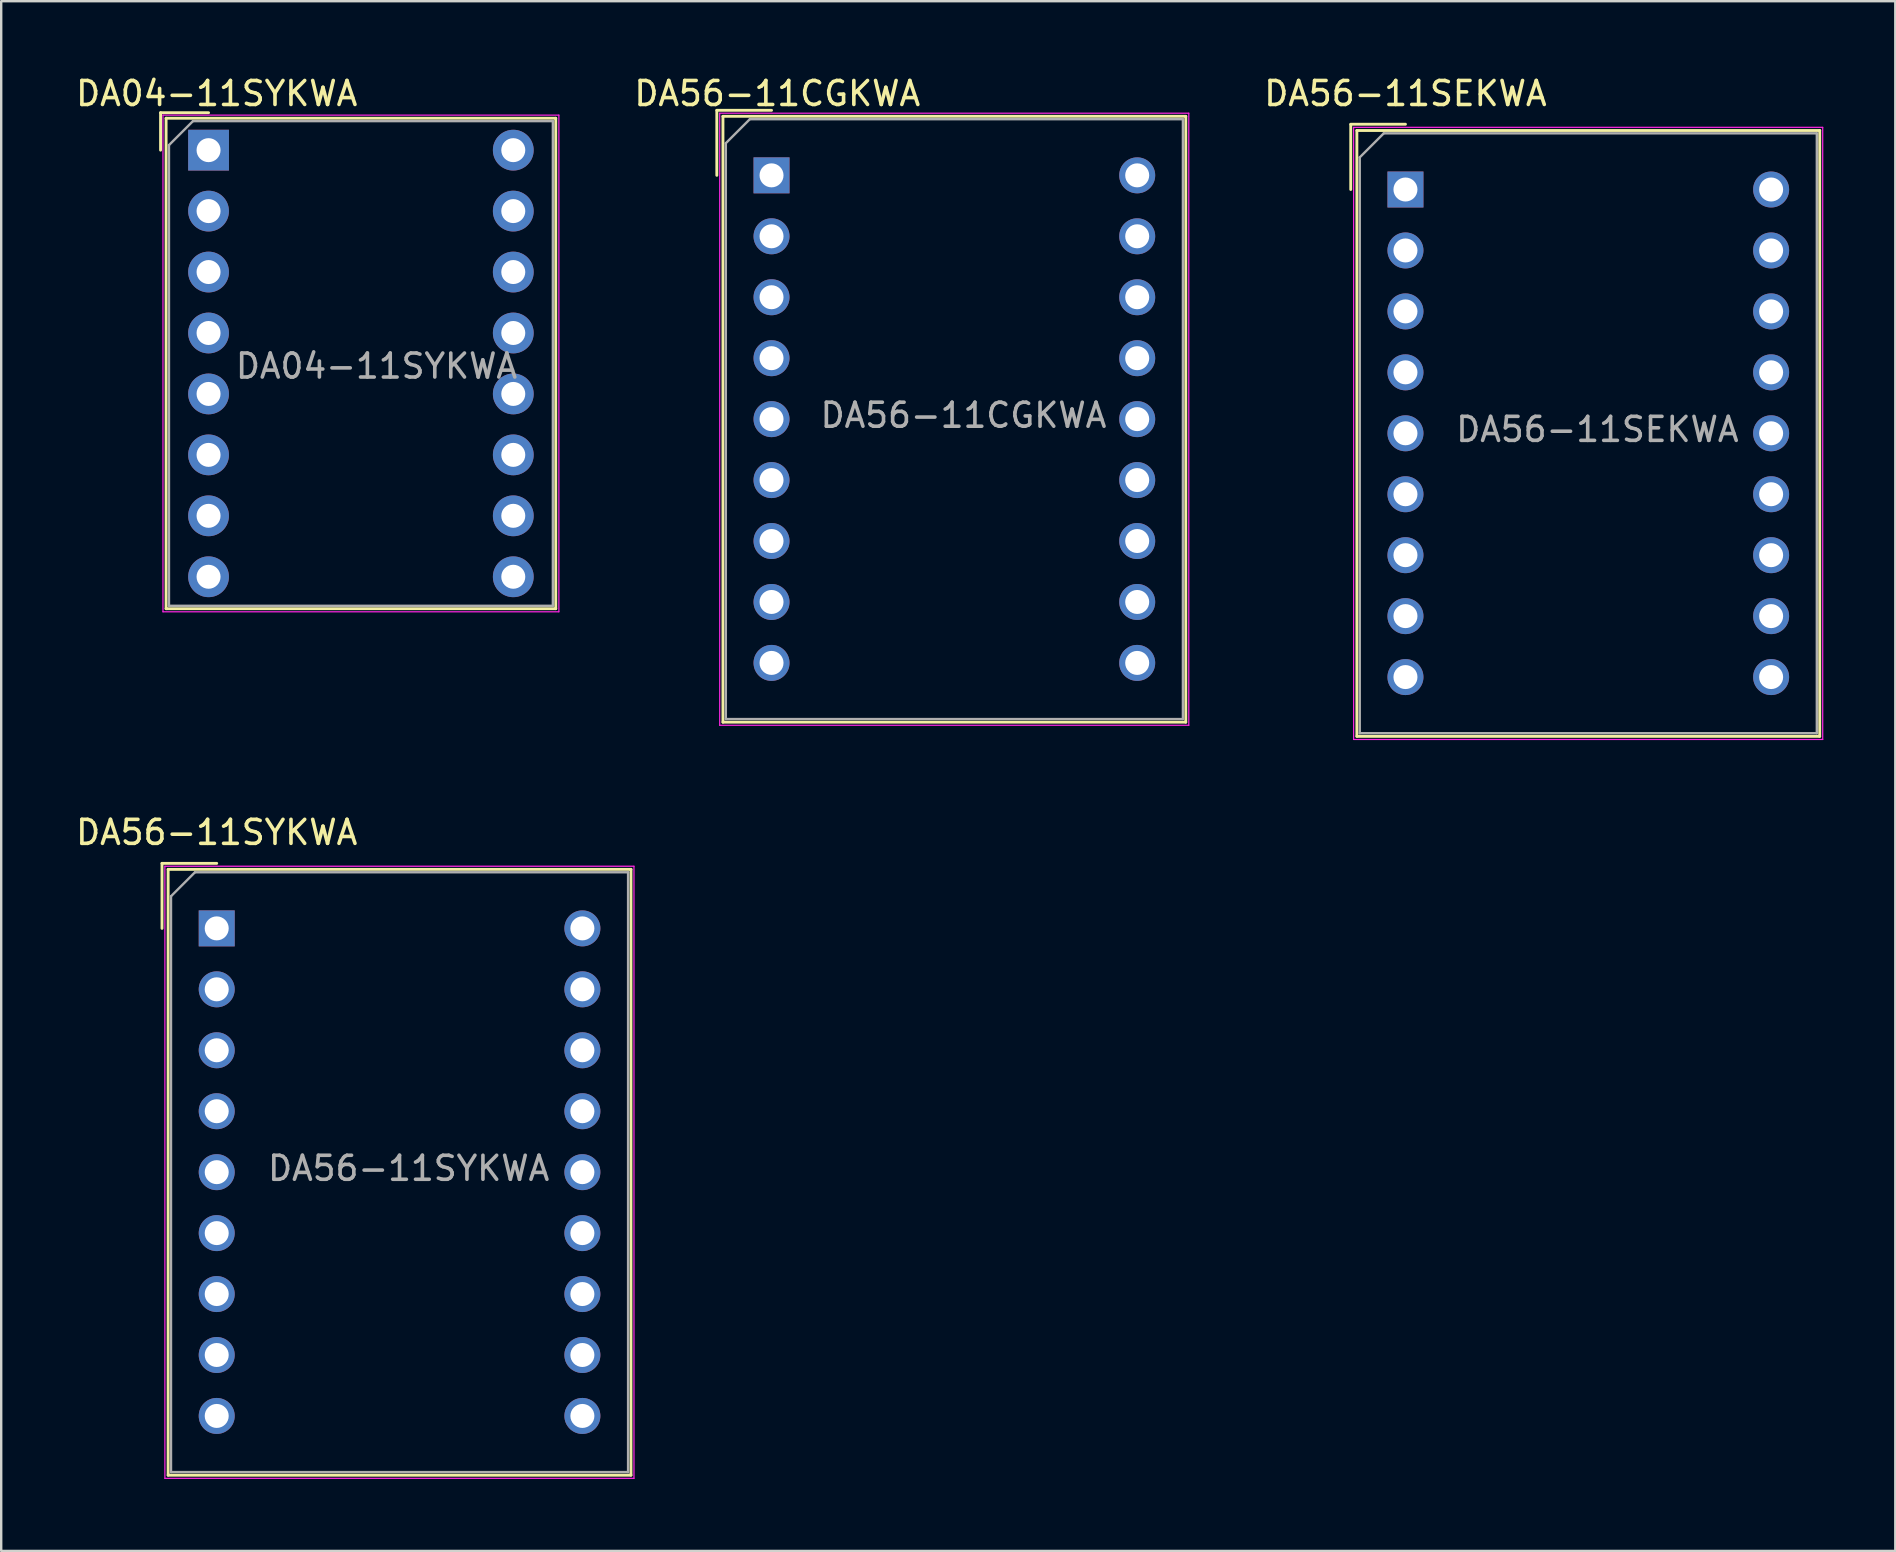
<source format=kicad_pcb>
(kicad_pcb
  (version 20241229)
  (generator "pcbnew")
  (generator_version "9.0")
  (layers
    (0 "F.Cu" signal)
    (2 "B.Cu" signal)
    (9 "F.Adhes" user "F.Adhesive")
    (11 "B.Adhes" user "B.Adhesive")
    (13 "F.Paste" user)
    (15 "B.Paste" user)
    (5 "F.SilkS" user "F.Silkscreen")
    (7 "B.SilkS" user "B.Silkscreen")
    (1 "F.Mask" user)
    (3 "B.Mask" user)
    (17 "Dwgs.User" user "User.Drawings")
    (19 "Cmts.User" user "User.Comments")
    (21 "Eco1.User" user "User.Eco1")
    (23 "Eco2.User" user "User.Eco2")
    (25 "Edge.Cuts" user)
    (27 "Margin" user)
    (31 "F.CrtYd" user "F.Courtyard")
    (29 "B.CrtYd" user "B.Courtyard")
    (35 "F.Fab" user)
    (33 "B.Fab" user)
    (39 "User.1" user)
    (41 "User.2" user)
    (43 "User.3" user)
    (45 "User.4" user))
  (footprint "DA04-11SYKWA"
    (layer "F.Cu")
    (at 5.642 3.208)
    (property "Reference" "DA04-11SYKWA" (at 0.34 -2.36 0) (layer "F.SilkS") (effects (font (size 1 1) (thickness 0.15))))
    (attr through_hole)
    (fp_line (start -2 -1.56) (end -2 0) (stroke (width 0.12) (type solid)) (layer "F.SilkS"))
    (fp_line (start -2 -1.56) (end 0 -1.56) (stroke (width 0.12) (type solid)) (layer "F.SilkS"))
    (fp_line (start -1.77 -1.33) (end 14.47 -1.33) (stroke (width 0.12) (type solid)) (layer "F.SilkS"))
    (fp_line (start -1.77 19.11) (end -1.77 -1.33) (stroke (width 0.12) (type solid)) (layer "F.SilkS"))
    (fp_line (start 14.47 -1.33) (end 14.47 19.11) (stroke (width 0.12) (type solid)) (layer "F.SilkS"))
    (fp_line (start 14.47 19.11) (end -1.77 19.11) (stroke (width 0.12) (type solid)) (layer "F.SilkS"))
    (fp_line (start -1.9 -1.46) (end 14.6 -1.46) (stroke (width 0.05) (type solid)) (layer "F.CrtYd"))
    (fp_line (start -1.9 19.24) (end -1.9 -1.46) (stroke (width 0.05) (type solid)) (layer "F.CrtYd"))
    (fp_line (start 14.6 -1.46) (end 14.6 19.24) (stroke (width 0.05) (type solid)) (layer "F.CrtYd"))
    (fp_line (start 14.6 19.24) (end -1.9 19.24) (stroke (width 0.05) (type solid)) (layer "F.CrtYd"))
    (fp_line (start -1.65 -0.21) (end -0.65 -1.21) (stroke (width 0.1) (type solid)) (layer "F.Fab"))
    (fp_line (start -1.65 18.99) (end -1.65 -0.21) (stroke (width 0.1) (type solid)) (layer "F.Fab"))
    (fp_line (start -0.65 -1.21) (end 14.35 -1.21) (stroke (width 0.1) (type solid)) (layer "F.Fab"))
    (fp_line (start 14.35 -1.21) (end 14.35 18.99) (stroke (width 0.1) (type solid)) (layer "F.Fab"))
    (fp_line (start 14.35 18.99) (end -1.65 18.99) (stroke (width 0.1) (type solid)) (layer "F.Fab"))
    (fp_text user "${REFERENCE}" (at 7 9 0) (layer "F.Fab") (effects (font (size 1 1) (thickness 0.15))))
    (pad "1" thru_hole rect (at 0 0) (size 1.7 1.7) (drill 1) (layers "*.Cu" "*.Mask"))
    (pad "2" thru_hole circle (at 0 2.54) (size 1.7 1.7) (drill 1) (layers "*.Cu" "*.Mask"))
    (pad "3" thru_hole circle (at 0 5.08) (size 1.7 1.7) (drill 1) (layers "*.Cu" "*.Mask"))
    (pad "4" thru_hole circle (at 0 7.62) (size 1.7 1.7) (drill 1) (layers "*.Cu" "*.Mask"))
    (pad "5" thru_hole circle (at 0 10.16) (size 1.7 1.7) (drill 1) (layers "*.Cu" "*.Mask"))
    (pad "6" thru_hole circle (at 0 12.7) (size 1.7 1.7) (drill 1) (layers "*.Cu" "*.Mask"))
    (pad "7" thru_hole circle (at 0 15.24) (size 1.7 1.7) (drill 1) (layers "*.Cu" "*.Mask"))
    (pad "8" thru_hole circle (at 0 17.78) (size 1.7 1.7) (drill 1) (layers "*.Cu" "*.Mask"))
    (pad "9" thru_hole circle (at 12.7 17.78) (size 1.7 1.7) (drill 1) (layers "*.Cu" "*.Mask"))
    (pad "10" thru_hole circle (at 12.7 15.24) (size 1.7 1.7) (drill 1) (layers "*.Cu" "*.Mask"))
    (pad "11" thru_hole circle (at 12.7 12.7) (size 1.7 1.7) (drill 1) (layers "*.Cu" "*.Mask"))
    (pad "12" thru_hole circle (at 12.7 10.16) (size 1.7 1.7) (drill 1) (layers "*.Cu" "*.Mask"))
    (pad "13" thru_hole circle (at 12.7 7.62) (size 1.7 1.7) (drill 1) (layers "*.Cu" "*.Mask"))
    (pad "14" thru_hole circle (at 12.7 5.08) (size 1.7 1.7) (drill 1) (layers "*.Cu" "*.Mask"))
    (pad "15" thru_hole circle (at 12.7 2.54) (size 1.7 1.7) (drill 1) (layers "*.Cu" "*.Mask"))
    (pad "16" thru_hole circle (at 12.7 0) (size 1.7 1.7) (drill 1) (layers "*.Cu" "*.Mask")))
  (footprint "DA56-11SEKWA"
    (layer "F.Cu")
    (at 55.525 4.848)
    (property "Reference" "DA56-11SEKWA" (at 0 -4 0) (layer "F.SilkS") (effects (font (size 1 1) (thickness 0.15))))
    (attr through_hole)
    (fp_line (start -2.28 -2.72) (end 0 -2.72) (stroke (width 0.12) (type solid)) (layer "F.SilkS"))
    (fp_line (start -2.28 -2.71) (end -2.28 0) (stroke (width 0.12) (type solid)) (layer "F.SilkS"))
    (fp_line (start -2.025 -2.46) (end 17.265 -2.46) (stroke (width 0.12) (type solid)) (layer "F.SilkS"))
    (fp_line (start -2.025 22.79) (end -2.025 -2.46) (stroke (width 0.12) (type solid)) (layer "F.SilkS"))
    (fp_line (start 17.265 -2.46) (end 17.265 22.79) (stroke (width 0.12) (type solid)) (layer "F.SilkS"))
    (fp_line (start 17.265 22.79) (end -2.025 22.79) (stroke (width 0.12) (type solid)) (layer "F.SilkS"))
    (fp_line (start -2.16 -2.59) (end 17.39 -2.59) (stroke (width 0.05) (type solid)) (layer "F.CrtYd"))
    (fp_line (start -2.16 22.92) (end -2.16 -2.59) (stroke (width 0.05) (type solid)) (layer "F.CrtYd"))
    (fp_line (start 17.39 -2.59) (end 17.39 22.92) (stroke (width 0.05) (type solid)) (layer "F.CrtYd"))
    (fp_line (start 17.39 22.92) (end -2.16 22.92) (stroke (width 0.05) (type solid)) (layer "F.CrtYd"))
    (fp_line (start -1.905 -1.34) (end -0.905 -2.34) (stroke (width 0.1) (type solid)) (layer "F.Fab"))
    (fp_line (start -1.905 22.66) (end -1.905 -1.34) (stroke (width 0.1) (type solid)) (layer "F.Fab"))
    (fp_line (start -0.905 -2.34) (end 17.145 -2.34) (stroke (width 0.1) (type solid)) (layer "F.Fab"))
    (fp_line (start 17.145 -2.34) (end 17.145 22.66) (stroke (width 0.1) (type solid)) (layer "F.Fab"))
    (fp_line (start 17.145 22.66) (end -1.905 22.66) (stroke (width 0.1) (type solid)) (layer "F.Fab"))
    (fp_text user "${REFERENCE}" (at 8 10 0) (layer "F.Fab") (effects (font (size 1 1) (thickness 0.15))))
    (pad "1" thru_hole rect (at 0 0) (size 1.5 1.5) (drill 1) (layers "*.Cu" "*.Mask"))
    (pad "2" thru_hole circle (at 0 2.54) (size 1.5 1.5) (drill 1) (layers "*.Cu" "*.Mask"))
    (pad "3" thru_hole circle (at 0 5.08) (size 1.5 1.5) (drill 1) (layers "*.Cu" "*.Mask"))
    (pad "4" thru_hole circle (at 0 7.62) (size 1.5 1.5) (drill 1) (layers "*.Cu" "*.Mask"))
    (pad "5" thru_hole circle (at 0 10.16) (size 1.5 1.5) (drill 1) (layers "*.Cu" "*.Mask"))
    (pad "6" thru_hole circle (at 0 12.7) (size 1.5 1.5) (drill 1) (layers "*.Cu" "*.Mask"))
    (pad "7" thru_hole circle (at 0 15.24) (size 1.5 1.5) (drill 1) (layers "*.Cu" "*.Mask"))
    (pad "8" thru_hole circle (at 0 17.78) (size 1.5 1.5) (drill 1) (layers "*.Cu" "*.Mask"))
    (pad "9" thru_hole circle (at 0 20.32) (size 1.5 1.5) (drill 1) (layers "*.Cu" "*.Mask"))
    (pad "10" thru_hole circle (at 15.24 20.32) (size 1.5 1.5) (drill 1) (layers "*.Cu" "*.Mask"))
    (pad "11" thru_hole circle (at 15.24 17.78) (size 1.5 1.5) (drill 1) (layers "*.Cu" "*.Mask"))
    (pad "12" thru_hole circle (at 15.24 15.24) (size 1.5 1.5) (drill 1) (layers "*.Cu" "*.Mask"))
    (pad "13" thru_hole circle (at 15.24 12.7) (size 1.5 1.5) (drill 1) (layers "*.Cu" "*.Mask"))
    (pad "14" thru_hole circle (at 15.24 10.16) (size 1.5 1.5) (drill 1) (layers "*.Cu" "*.Mask"))
    (pad "15" thru_hole circle (at 15.24 7.62) (size 1.5 1.5) (drill 1) (layers "*.Cu" "*.Mask"))
    (pad "16" thru_hole circle (at 15.24 5.08) (size 1.5 1.5) (drill 1) (layers "*.Cu" "*.Mask"))
    (pad "17" thru_hole circle (at 15.24 2.54) (size 1.5 1.5) (drill 1) (layers "*.Cu" "*.Mask"))
    (pad "18" thru_hole circle (at 15.24 0) (size 1.5 1.5) (drill 1) (layers "*.Cu" "*.Mask")))
  (footprint "DA56-11SYKWA"
    (layer "F.Cu")
    (at 5.982 35.642)
    (property "Reference" "DA56-11SYKWA" (at 0 -4 0) (layer "F.SilkS") (effects (font (size 1 1) (thickness 0.15))))
    (attr through_hole)
    (fp_line (start -2.28 -2.71) (end -2.28 0) (stroke (width 0.12) (type solid)) (layer "F.SilkS"))
    (fp_line (start -2.28 -2.71) (end 0 -2.71) (stroke (width 0.12) (type solid)) (layer "F.SilkS"))
    (fp_line (start -2.025 -2.46) (end 17.265 -2.46) (stroke (width 0.12) (type solid)) (layer "F.SilkS"))
    (fp_line (start -2.025 22.79) (end -2.025 -2.46) (stroke (width 0.12) (type solid)) (layer "F.SilkS"))
    (fp_line (start 17.265 -2.46) (end 17.265 22.79) (stroke (width 0.12) (type solid)) (layer "F.SilkS"))
    (fp_line (start 17.265 22.79) (end -2.025 22.79) (stroke (width 0.12) (type solid)) (layer "F.SilkS"))
    (fp_line (start -2.16 -2.59) (end 17.39 -2.59) (stroke (width 0.05) (type solid)) (layer "F.CrtYd"))
    (fp_line (start -2.16 22.92) (end -2.16 -2.59) (stroke (width 0.05) (type solid)) (layer "F.CrtYd"))
    (fp_line (start 17.39 -2.59) (end 17.39 22.92) (stroke (width 0.05) (type solid)) (layer "F.CrtYd"))
    (fp_line (start 17.39 22.92) (end -2.16 22.92) (stroke (width 0.05) (type solid)) (layer "F.CrtYd"))
    (fp_line (start -1.905 -1.34) (end -0.905 -2.34) (stroke (width 0.1) (type solid)) (layer "F.Fab"))
    (fp_line (start -1.905 22.66) (end -1.905 -1.34) (stroke (width 0.1) (type solid)) (layer "F.Fab"))
    (fp_line (start -0.905 -2.34) (end 17.145 -2.34) (stroke (width 0.1) (type solid)) (layer "F.Fab"))
    (fp_line (start 17.145 -2.34) (end 17.145 22.66) (stroke (width 0.1) (type solid)) (layer "F.Fab"))
    (fp_line (start 17.145 22.66) (end -1.905 22.66) (stroke (width 0.1) (type solid)) (layer "F.Fab"))
    (fp_text user "${REFERENCE}" (at 8 10 0) (layer "F.Fab") (effects (font (size 1 1) (thickness 0.15))))
    (pad "1" thru_hole rect (at 0 0) (size 1.5 1.5) (drill 1) (layers "*.Cu" "*.Mask"))
    (pad "2" thru_hole circle (at 0 2.54) (size 1.5 1.5) (drill 1) (layers "*.Cu" "*.Mask"))
    (pad "3" thru_hole circle (at 0 5.08) (size 1.5 1.5) (drill 1) (layers "*.Cu" "*.Mask"))
    (pad "4" thru_hole circle (at 0 7.62) (size 1.5 1.5) (drill 1) (layers "*.Cu" "*.Mask"))
    (pad "5" thru_hole circle (at 0 10.16) (size 1.5 1.5) (drill 1) (layers "*.Cu" "*.Mask"))
    (pad "6" thru_hole circle (at 0 12.7) (size 1.5 1.5) (drill 1) (layers "*.Cu" "*.Mask"))
    (pad "7" thru_hole circle (at 0 15.24) (size 1.5 1.5) (drill 1) (layers "*.Cu" "*.Mask"))
    (pad "8" thru_hole circle (at 0 17.78) (size 1.5 1.5) (drill 1) (layers "*.Cu" "*.Mask"))
    (pad "9" thru_hole circle (at 0 20.32) (size 1.5 1.5) (drill 1) (layers "*.Cu" "*.Mask"))
    (pad "10" thru_hole circle (at 15.24 20.32) (size 1.5 1.5) (drill 1) (layers "*.Cu" "*.Mask"))
    (pad "11" thru_hole circle (at 15.24 17.78) (size 1.5 1.5) (drill 1) (layers "*.Cu" "*.Mask"))
    (pad "12" thru_hole circle (at 15.24 15.24) (size 1.5 1.5) (drill 1) (layers "*.Cu" "*.Mask"))
    (pad "13" thru_hole circle (at 15.24 12.7) (size 1.5 1.5) (drill 1) (layers "*.Cu" "*.Mask"))
    (pad "14" thru_hole circle (at 15.24 10.16) (size 1.5 1.5) (drill 1) (layers "*.Cu" "*.Mask"))
    (pad "15" thru_hole circle (at 15.24 7.62) (size 1.5 1.5) (drill 1) (layers "*.Cu" "*.Mask"))
    (pad "16" thru_hole circle (at 15.24 5.08) (size 1.5 1.5) (drill 1) (layers "*.Cu" "*.Mask"))
    (pad "17" thru_hole circle (at 15.24 2.54) (size 1.5 1.5) (drill 1) (layers "*.Cu" "*.Mask"))
    (pad "18" thru_hole circle (at 15.24 0) (size 1.5 1.5) (drill 1) (layers "*.Cu" "*.Mask")))
  (footprint "DA56-11CGKWA"
    (layer "F.Cu")
    (at 29.105 4.258)
    (property "Reference" "DA56-11CGKWA" (at 0.24 -3.41 0) (layer "F.SilkS") (effects (font (size 1 1) (thickness 0.15))))
    (attr through_hole)
    (fp_line (start -2.28 -2.71) (end -2.28 0) (stroke (width 0.12) (type solid)) (layer "F.SilkS"))
    (fp_line (start -2.28 -2.71) (end 0 -2.71) (stroke (width 0.12) (type solid)) (layer "F.SilkS"))
    (fp_line (start -2.025 -2.46) (end 17.265 -2.46) (stroke (width 0.12) (type solid)) (layer "F.SilkS"))
    (fp_line (start -2.025 22.79) (end -2.025 -2.46) (stroke (width 0.12) (type solid)) (layer "F.SilkS"))
    (fp_line (start 17.265 -2.46) (end 17.265 22.79) (stroke (width 0.12) (type solid)) (layer "F.SilkS"))
    (fp_line (start 17.265 22.79) (end -2.025 22.79) (stroke (width 0.12) (type solid)) (layer "F.SilkS"))
    (fp_line (start -2.16 -2.59) (end 17.39 -2.59) (stroke (width 0.05) (type solid)) (layer "F.CrtYd"))
    (fp_line (start -2.16 22.92) (end -2.16 -2.59) (stroke (width 0.05) (type solid)) (layer "F.CrtYd"))
    (fp_line (start 17.39 -2.59) (end 17.39 22.92) (stroke (width 0.05) (type solid)) (layer "F.CrtYd"))
    (fp_line (start 17.39 22.92) (end -2.16 22.92) (stroke (width 0.05) (type solid)) (layer "F.CrtYd"))
    (fp_line (start -1.905 -1.34) (end -0.905 -2.34) (stroke (width 0.1) (type solid)) (layer "F.Fab"))
    (fp_line (start -1.905 22.66) (end -1.905 -1.34) (stroke (width 0.1) (type solid)) (layer "F.Fab"))
    (fp_line (start -0.905 -2.34) (end 17.145 -2.34) (stroke (width 0.1) (type solid)) (layer "F.Fab"))
    (fp_line (start 17.145 -2.34) (end 17.145 22.66) (stroke (width 0.1) (type solid)) (layer "F.Fab"))
    (fp_line (start 17.145 22.66) (end -1.905 22.66) (stroke (width 0.1) (type solid)) (layer "F.Fab"))
    (fp_text user "${REFERENCE}" (at 8 10 0) (layer "F.Fab") (effects (font (size 1 1) (thickness 0.15))))
    (pad "1" thru_hole rect (at 0 0) (size 1.5 1.5) (drill 1) (layers "*.Cu" "*.Mask"))
    (pad "2" thru_hole circle (at 0 2.54) (size 1.5 1.5) (drill 1) (layers "*.Cu" "*.Mask"))
    (pad "3" thru_hole circle (at 0 5.08) (size 1.5 1.5) (drill 1) (layers "*.Cu" "*.Mask"))
    (pad "4" thru_hole circle (at 0 7.62) (size 1.5 1.5) (drill 1) (layers "*.Cu" "*.Mask"))
    (pad "5" thru_hole circle (at 0 10.16) (size 1.5 1.5) (drill 1) (layers "*.Cu" "*.Mask"))
    (pad "6" thru_hole circle (at 0 12.7) (size 1.5 1.5) (drill 1) (layers "*.Cu" "*.Mask"))
    (pad "7" thru_hole circle (at 0 15.24) (size 1.5 1.5) (drill 1) (layers "*.Cu" "*.Mask"))
    (pad "8" thru_hole circle (at 0 17.78) (size 1.5 1.5) (drill 1) (layers "*.Cu" "*.Mask"))
    (pad "9" thru_hole circle (at 0 20.32) (size 1.5 1.5) (drill 1) (layers "*.Cu" "*.Mask"))
    (pad "10" thru_hole circle (at 15.24 20.32) (size 1.5 1.5) (drill 1) (layers "*.Cu" "*.Mask"))
    (pad "11" thru_hole circle (at 15.24 17.78) (size 1.5 1.5) (drill 1) (layers "*.Cu" "*.Mask"))
    (pad "12" thru_hole circle (at 15.24 15.24) (size 1.5 1.5) (drill 1) (layers "*.Cu" "*.Mask"))
    (pad "13" thru_hole circle (at 15.24 12.7) (size 1.5 1.5) (drill 1) (layers "*.Cu" "*.Mask"))
    (pad "14" thru_hole circle (at 15.24 10.16) (size 1.5 1.5) (drill 1) (layers "*.Cu" "*.Mask"))
    (pad "15" thru_hole circle (at 15.24 7.62) (size 1.5 1.5) (drill 1) (layers "*.Cu" "*.Mask"))
    (pad "16" thru_hole circle (at 15.24 5.08) (size 1.5 1.5) (drill 1) (layers "*.Cu" "*.Mask"))
    (pad "17" thru_hole circle (at 15.24 2.54) (size 1.5 1.5) (drill 1) (layers "*.Cu" "*.Mask"))
    (pad "18" thru_hole circle (at 15.24 0) (size 1.5 1.5) (drill 1) (layers "*.Cu" "*.Mask")))
  (gr_rect
    (start -3 -3)
    (end 75.94 61.587)
    (stroke (width 0.1) (type default))
    (fill no)
    (layer "Edge.Cuts")))
</source>
